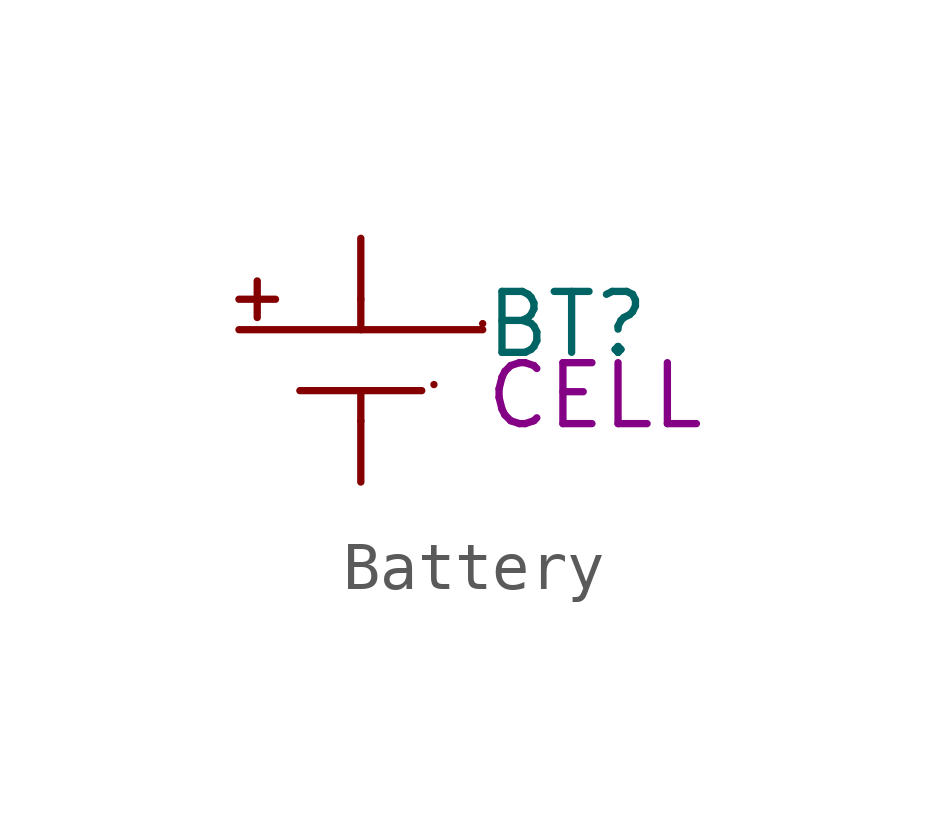
<source format=kicad_sym>
(kicad_symbol_lib
  (version 20231120)
  (generator "kicad_symbol_editor")
  (generator_version "8.0")
  (symbol "Battery"
    (pin_numbers hide)
    (pin_names hide)
    (property "Reference" "BT"
      (at 2.54 0 0)
      (do_not_autoplace)
      (effects (font (size 1.27 1.27)) (justify left bottom)))
    (property "CELL" "CELL"
      (at 2.54 0 0)
      (do_not_autoplace)
      (effects (font (size 1.27 1.27)) (justify left top)))
    (symbol "Battery_0_1"
      (polyline (pts (xy -2.54 0.635) (xy 2.54 0.635)) (stroke (width 0) (type default)) (fill (type none)))
      (polyline (pts (xy -2.54 1.27) (xy -1.778 1.27)) (stroke (width 0) (type default)) (fill (type none)))
      (polyline (pts (xy -2.159 0.889) (xy -2.159 1.651)) (stroke (width 0) (type default)) (fill (type none)))
      (polyline (pts (xy -1.27 -0.635) (xy 1.27 -0.635)) (stroke (width 0) (type default)) (fill (type none)))
      (polyline (pts (xy 0 -1.27) (xy 0 -0.635)) (stroke (width 0) (type default)) (fill (type none)))
      (polyline (pts (xy 0 1.27) (xy 0 0.635)) (stroke (width 0) (type default)) (fill (type none)))
      (polyline (pts (xy 1.524 -0.508) (xy 1.524 -0.508)) (stroke (width 0) (type default)) (fill (type none)))
      (polyline (pts (xy 2.54 0.762) (xy 2.54 0.762)) (stroke (width 0) (type default)) (fill (type none))))
    (symbol "Battery_1_1"
      (pin power_out line (at 0 2.54 270) (length 1.27) (name "" (effects (font (size 1.27 1.27)))) (number "1" (effects (font (size 1.27 1.27)))))
      (pin passive line (at 0 -2.54 90) (length 1.27) (name "" (effects (font (size 1.27 1.27)))) (number "2" (effects (font (size 1.27 1.27))))))))
</source>
